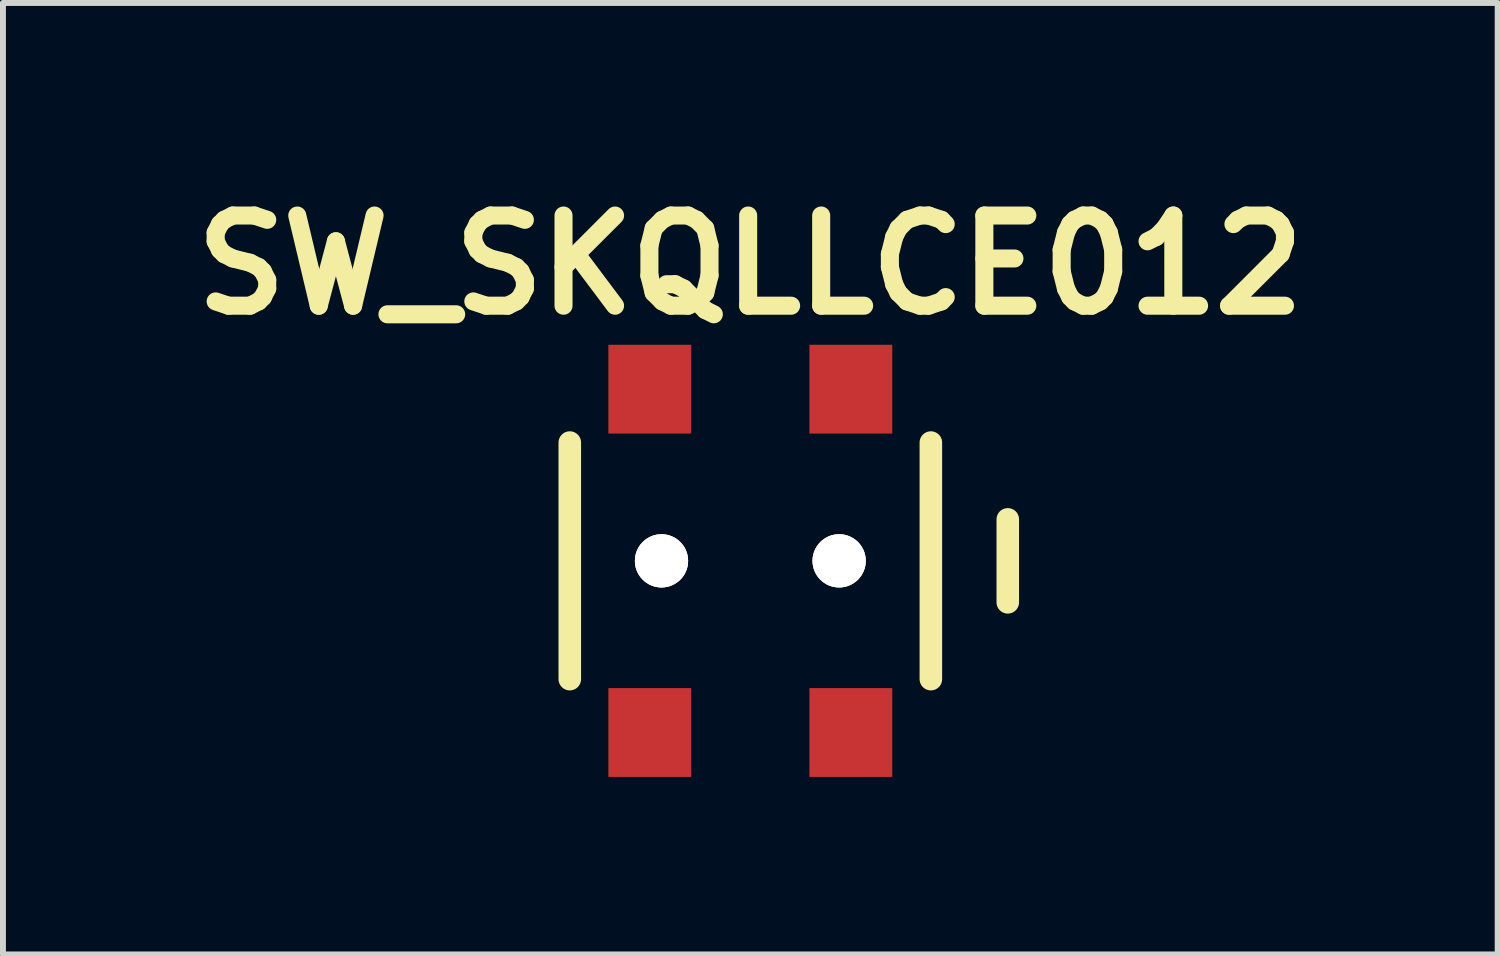
<source format=kicad_pcb>
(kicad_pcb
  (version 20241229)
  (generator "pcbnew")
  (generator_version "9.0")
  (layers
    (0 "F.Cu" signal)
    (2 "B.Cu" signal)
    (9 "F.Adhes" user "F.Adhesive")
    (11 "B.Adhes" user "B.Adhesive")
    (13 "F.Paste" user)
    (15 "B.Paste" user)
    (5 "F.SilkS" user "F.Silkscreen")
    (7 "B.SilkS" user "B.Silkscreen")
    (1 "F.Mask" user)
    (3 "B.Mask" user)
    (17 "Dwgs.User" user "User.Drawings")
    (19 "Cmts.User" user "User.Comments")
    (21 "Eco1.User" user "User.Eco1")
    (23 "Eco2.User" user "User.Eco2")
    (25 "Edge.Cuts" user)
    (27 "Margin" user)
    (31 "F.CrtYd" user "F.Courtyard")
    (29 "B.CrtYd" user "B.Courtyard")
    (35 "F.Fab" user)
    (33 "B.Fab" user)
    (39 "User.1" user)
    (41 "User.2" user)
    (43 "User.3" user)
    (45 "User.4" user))
  (footprint "SW_SKQLLCE012"
    (layer "F.Cu")
    (at 9.63 6.428)
    (property "Reference" "SW_SKQLLCE012" (at 0 -5.001 0) (layer "F.SilkS") (effects (font (size 1.524 1.524) (thickness 0.305))))
    (attr smd)
    (fp_line (start -3.051 -1.999) (end -3.051 1.999) (stroke (width 0.381) (type solid)) (layer "F.SilkS"))
    (fp_line (start 3.051 -1.999) (end 3.051 1.999) (stroke (width 0.381) (type solid)) (layer "F.SilkS"))
    (fp_line (start 4.351 -0.701) (end 4.351 0.701) (stroke (width 0.381) (type solid)) (layer "F.SilkS"))
    (pad "" thru_hole circle (at -1.501 0) (size 0.899 0.899) (drill 0.899) (layers "*.Cu" "*.Mask" "F.SilkS"))
    (pad "" thru_hole circle (at 1.501 0) (size 0.899 0.899) (drill 0.899) (layers "*.Cu" "*.Mask" "F.SilkS"))
    (pad "1" smd rect (at -1.699 -2.901) (size 1.4 1.501) (layers "F.Cu" "F.Mask" "F.Paste"))
    (pad "2" smd rect (at 1.699 -2.901) (size 1.4 1.501) (layers "F.Cu" "F.Mask" "F.Paste"))
    (pad "3" smd rect (at -1.699 2.901) (size 1.4 1.501) (layers "F.Cu" "F.Mask" "F.Paste"))
    (pad "4" smd rect (at 1.699 2.901) (size 1.4 1.501) (layers "F.Cu" "F.Mask" "F.Paste")))
  (gr_rect
    (start -3 -3)
    (end 22.26 13.079)
    (stroke (width 0.1) (type default))
    (fill no)
    (layer "Edge.Cuts")))
</source>
